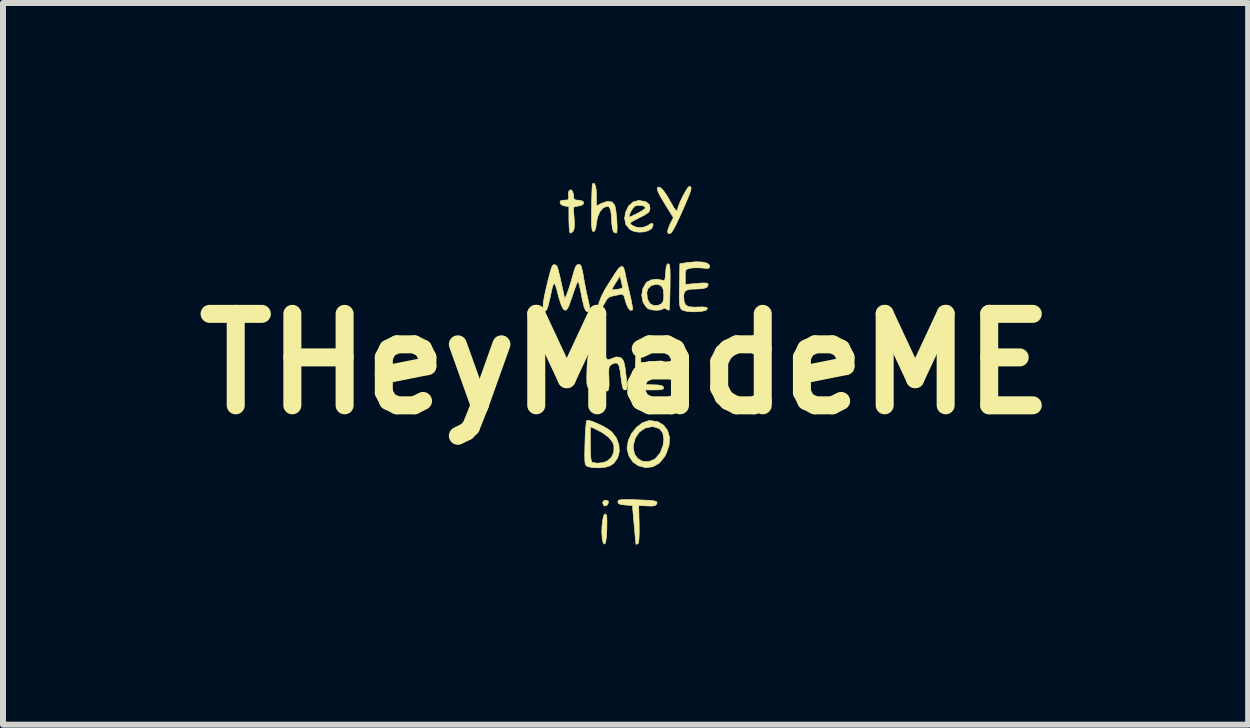
<source format=kicad_pcb>
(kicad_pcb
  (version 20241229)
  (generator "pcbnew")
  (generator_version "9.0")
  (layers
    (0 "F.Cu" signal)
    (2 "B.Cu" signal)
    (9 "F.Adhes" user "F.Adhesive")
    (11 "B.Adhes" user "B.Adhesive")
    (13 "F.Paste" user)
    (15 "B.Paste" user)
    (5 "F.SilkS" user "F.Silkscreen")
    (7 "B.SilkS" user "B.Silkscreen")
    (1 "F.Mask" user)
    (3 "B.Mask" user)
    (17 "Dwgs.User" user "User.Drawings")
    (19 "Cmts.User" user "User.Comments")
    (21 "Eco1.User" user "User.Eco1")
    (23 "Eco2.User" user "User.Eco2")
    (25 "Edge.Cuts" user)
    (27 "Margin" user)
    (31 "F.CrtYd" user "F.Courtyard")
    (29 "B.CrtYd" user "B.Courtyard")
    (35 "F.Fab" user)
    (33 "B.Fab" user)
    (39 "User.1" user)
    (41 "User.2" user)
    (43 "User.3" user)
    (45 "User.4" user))
  (footprint "THeyMadeME"
    (layer "F.Cu")
    (at 7.373 3.014)
    (property "Reference" "THeyMadeME" (at 0 0 0) (layer "F.SilkS") (effects (font (size 1.524 1.524) (thickness 0.3))))
    (attr through_hole)
    (fp_poly (pts (xy -0.289 2.284) (xy -0.285 2.312) (xy -0.309 2.355) (xy -0.347 2.366) (xy -0.365 2.355) (xy -0.383 2.311) (xy -0.36 2.277) (xy -0.33 2.27) (xy -0.289 2.284)) (stroke (width 0.01) (type solid)) (fill yes) (layer "F.SilkS"))
    (fp_poly (pts (xy -0.323 2.509) (xy -0.313 2.543) (xy -0.31 2.611) (xy -0.311 2.719) (xy -0.311 2.746) (xy -0.318 2.872) (xy -0.329 2.958) (xy -0.344 2.999) (xy -0.348 3.002) (xy -0.37 2.986) (xy -0.386 2.931) (xy -0.388 2.915) (xy -0.395 2.815) (xy -0.393 2.712) (xy -0.383 2.617) (xy -0.368 2.543) (xy -0.349 2.503) (xy -0.34 2.499) (xy -0.323 2.509)) (stroke (width 0.01) (type solid)) (fill yes) (layer "F.SilkS"))
    (fp_poly (pts (xy 0.118 2.262) (xy 0.172 2.263) (xy 0.316 2.269) (xy 0.416 2.274) (xy 0.479 2.282) (xy 0.513 2.292) (xy 0.525 2.308) (xy 0.521 2.329) (xy 0.519 2.334) (xy 0.498 2.357) (xy 0.45 2.368) (xy 0.364 2.367) (xy 0.361 2.366) (xy 0.219 2.359) (xy 0.227 2.668) (xy 0.228 2.822) (xy 0.223 2.928) (xy 0.213 2.985) (xy 0.206 2.995) (xy 0.178 3.006) (xy 0.175 3.004) (xy 0.171 2.977) (xy 0.164 2.91) (xy 0.155 2.811) (xy 0.144 2.691) (xy 0.143 2.678) (xy 0.115 2.359) (xy -0.006 2.351) (xy -0.083 2.342) (xy -0.119 2.325) (xy -0.128 2.299) (xy -0.123 2.279) (xy -0.105 2.267) (xy -0.064 2.261) (xy 0.007 2.259) (xy 0.118 2.262)) (stroke (width 0.01) (type solid)) (fill yes) (layer "F.SilkS"))
    (fp_poly (pts (xy -0.886 -2.882) (xy -0.869 -2.83) (xy -0.867 -2.804) (xy -0.86 -2.75) (xy -0.829 -2.731) (xy -0.792 -2.729) (xy -0.733 -2.72) (xy -0.7 -2.7) (xy -0.701 -2.666) (xy -0.742 -2.639) (xy -0.809 -2.627) (xy -0.813 -2.627) (xy -0.844 -2.625) (xy -0.861 -2.611) (xy -0.867 -2.575) (xy -0.863 -2.506) (xy -0.857 -2.441) (xy -0.851 -2.327) (xy -0.857 -2.252) (xy -0.874 -2.21) (xy -0.906 -2.182) (xy -0.925 -2.183) (xy -0.934 -2.216) (xy -0.94 -2.286) (xy -0.943 -2.38) (xy -0.944 -2.412) (xy -0.944 -2.623) (xy -1.013 -2.631) (xy -1.072 -2.653) (xy -1.092 -2.684) (xy -1.087 -2.716) (xy -1.047 -2.728) (xy -1.019 -2.729) (xy -0.964 -2.733) (xy -0.946 -2.755) (xy -0.95 -2.791) (xy -0.952 -2.851) (xy -0.943 -2.883) (xy -0.913 -2.903) (xy -0.886 -2.882)) (stroke (width 0.01) (type solid)) (fill yes) (layer "F.SilkS"))
    (fp_poly (pts (xy 1.085 -2.953) (xy 1.093 -2.931) (xy 1.085 -2.887) (xy 1.059 -2.814) (xy 1.014 -2.704) (xy 0.986 -2.639) (xy 0.91 -2.468) (xy 0.85 -2.339) (xy 0.804 -2.25) (xy 0.769 -2.195) (xy 0.741 -2.17) (xy 0.719 -2.172) (xy 0.702 -2.192) (xy 0.704 -2.227) (xy 0.725 -2.289) (xy 0.742 -2.328) (xy 0.797 -2.44) (xy 0.734 -2.54) (xy 0.649 -2.678) (xy 0.588 -2.779) (xy 0.55 -2.851) (xy 0.531 -2.898) (xy 0.528 -2.927) (xy 0.536 -2.943) (xy 0.57 -2.945) (xy 0.62 -2.903) (xy 0.681 -2.819) (xy 0.751 -2.698) (xy 0.759 -2.684) (xy 0.807 -2.6) (xy 0.843 -2.555) (xy 0.863 -2.554) (xy 0.867 -2.575) (xy 0.878 -2.621) (xy 0.906 -2.692) (xy 0.944 -2.774) (xy 0.987 -2.854) (xy 1.026 -2.919) (xy 1.055 -2.955) (xy 1.062 -2.958) (xy 1.085 -2.953)) (stroke (width 0.01) (type solid)) (fill yes) (layer "F.SilkS"))
    (fp_poly (pts (xy 0.54 0.964) (xy 0.636 1.022) (xy 0.701 1.11) (xy 0.732 1.222) (xy 0.726 1.35) (xy 0.68 1.488) (xy 0.651 1.544) (xy 0.564 1.651) (xy 0.456 1.713) (xy 0.335 1.728) (xy 0.211 1.696) (xy 0.123 1.633) (xy 0.058 1.537) (xy 0.027 1.426) (xy 0.026 1.399) (xy 0.026 1.396) (xy 0.128 1.396) (xy 0.149 1.501) (xy 0.205 1.579) (xy 0.285 1.623) (xy 0.378 1.63) (xy 0.475 1.593) (xy 0.497 1.577) (xy 0.578 1.482) (xy 0.626 1.357) (xy 0.638 1.25) (xy 0.619 1.147) (xy 0.565 1.079) (xy 0.476 1.048) (xy 0.437 1.046) (xy 0.325 1.069) (xy 0.231 1.134) (xy 0.164 1.231) (xy 0.13 1.352) (xy 0.128 1.396) (xy 0.026 1.396) (xy 0.046 1.276) (xy 0.1 1.159) (xy 0.181 1.058) (xy 0.277 0.984) (xy 0.382 0.946) (xy 0.415 0.944) (xy 0.54 0.964)) (stroke (width 0.01) (type solid)) (fill yes) (layer "F.SilkS"))
    (fp_poly (pts (xy -0.501 -2.969) (xy -0.488 -2.891) (xy -0.485 -2.806) (xy -0.485 -2.632) (xy -0.395 -2.678) (xy -0.302 -2.709) (xy -0.229 -2.699) (xy -0.183 -2.65) (xy -0.18 -2.642) (xy -0.166 -2.585) (xy -0.155 -2.501) (xy -0.146 -2.406) (xy -0.141 -2.312) (xy -0.141 -2.235) (xy -0.146 -2.189) (xy -0.151 -2.182) (xy -0.183 -2.186) (xy -0.2 -2.201) (xy -0.216 -2.243) (xy -0.227 -2.317) (xy -0.231 -2.372) (xy -0.238 -2.494) (xy -0.251 -2.572) (xy -0.271 -2.613) (xy -0.302 -2.627) (xy -0.304 -2.627) (xy -0.37 -2.603) (xy -0.427 -2.538) (xy -0.468 -2.442) (xy -0.484 -2.351) (xy -0.497 -2.26) (xy -0.516 -2.215) (xy -0.534 -2.206) (xy -0.548 -2.213) (xy -0.558 -2.241) (xy -0.564 -2.294) (xy -0.567 -2.381) (xy -0.567 -2.508) (xy -0.566 -2.599) (xy -0.564 -2.735) (xy -0.561 -2.852) (xy -0.557 -2.941) (xy -0.552 -2.993) (xy -0.55 -3.003) (xy -0.523 -3.009) (xy -0.501 -2.969)) (stroke (width 0.01) (type solid)) (fill yes) (layer "F.SilkS"))
    (fp_poly (pts (xy -0.549 0.96) (xy -0.467 0.994) (xy -0.379 1.036) (xy -0.299 1.082) (xy -0.239 1.125) (xy -0.233 1.13) (xy -0.154 1.231) (xy -0.111 1.346) (xy -0.104 1.462) (xy -0.133 1.569) (xy -0.198 1.657) (xy -0.254 1.695) (xy -0.337 1.721) (xy -0.445 1.731) (xy -0.553 1.727) (xy -0.629 1.709) (xy -0.651 1.698) (xy -0.666 1.68) (xy -0.675 1.647) (xy -0.679 1.591) (xy -0.68 1.504) (xy -0.677 1.376) (xy -0.676 1.337) (xy -0.587 1.337) (xy -0.585 1.477) (xy -0.578 1.571) (xy -0.567 1.624) (xy -0.555 1.641) (xy -0.467 1.655) (xy -0.366 1.642) (xy -0.306 1.619) (xy -0.234 1.556) (xy -0.195 1.466) (xy -0.193 1.367) (xy -0.215 1.305) (xy -0.279 1.224) (xy -0.386 1.145) (xy -0.516 1.077) (xy -0.587 1.047) (xy -0.587 1.337) (xy -0.676 1.337) (xy -0.676 1.325) (xy -0.672 1.193) (xy -0.665 1.08) (xy -0.657 0.995) (xy -0.648 0.947) (xy -0.645 0.941) (xy -0.612 0.94) (xy -0.549 0.96)) (stroke (width 0.01) (type solid)) (fill yes) (layer "F.SilkS"))
    (fp_poly (pts (xy 0.331 -2.704) (xy 0.343 -2.699) (xy 0.395 -2.657) (xy 0.408 -2.597) (xy 0.402 -2.556) (xy 0.379 -2.522) (xy 0.327 -2.487) (xy 0.249 -2.446) (xy 0.155 -2.398) (xy 0.1 -2.368) (xy 0.079 -2.347) (xy 0.083 -2.33) (xy 0.108 -2.31) (xy 0.113 -2.306) (xy 0.191 -2.275) (xy 0.284 -2.274) (xy 0.364 -2.302) (xy 0.371 -2.307) (xy 0.427 -2.341) (xy 0.454 -2.335) (xy 0.459 -2.309) (xy 0.436 -2.258) (xy 0.378 -2.22) (xy 0.297 -2.199) (xy 0.207 -2.196) (xy 0.122 -2.215) (xy 0.07 -2.244) (xy 0.005 -2.322) (xy -0.015 -2.423) (xy -0.01 -2.459) (xy 0.058 -2.459) (xy 0.066 -2.448) (xy 0.094 -2.459) (xy 0.152 -2.486) (xy 0.205 -2.512) (xy 0.274 -2.552) (xy 0.32 -2.585) (xy 0.332 -2.601) (xy 0.31 -2.628) (xy 0.258 -2.642) (xy 0.197 -2.642) (xy 0.158 -2.629) (xy 0.127 -2.6) (xy 0.094 -2.55) (xy 0.069 -2.498) (xy 0.058 -2.459) (xy -0.01 -2.459) (xy -0.000111 -2.524) (xy 0.05 -2.631) (xy 0.127 -2.699) (xy 0.223 -2.725) (xy 0.331 -2.704)) (stroke (width 0.01) (type solid)) (fill yes) (layer "F.SilkS"))
    (fp_poly (pts (xy -0.036 -1.612) (xy -0.014 -1.55) (xy -0.011 -1.536) (xy 0.001 -1.471) (xy 0.023 -1.372) (xy 0.05 -1.254) (xy 0.068 -1.177) (xy 0.093 -1.068) (xy 0.11 -0.978) (xy 0.119 -0.918) (xy 0.118 -0.9) (xy 0.083 -0.892) (xy 0.046 -0.928) (xy 0.013 -0.999) (xy 0.000266 -1.044) (xy -0.022 -1.123) (xy -0.045 -1.159) (xy -0.073 -1.163) (xy -0.126 -1.15) (xy -0.199 -1.135) (xy -0.206 -1.134) (xy -0.268 -1.116) (xy -0.311 -1.078) (xy -0.353 -1.005) (xy -0.353 -1.005) (xy -0.395 -0.932) (xy -0.43 -0.896) (xy -0.453 -0.901) (xy -0.459 -0.937) (xy -0.443 -1.019) (xy -0.402 -1.126) (xy -0.344 -1.238) (xy -0.23 -1.238) (xy -0.208 -1.235) (xy -0.159 -1.24) (xy -0.103 -1.249) (xy -0.061 -1.261) (xy -0.055 -1.265) (xy -0.054 -1.292) (xy -0.064 -1.35) (xy -0.069 -1.369) (xy -0.092 -1.466) (xy -0.161 -1.358) (xy -0.2 -1.294) (xy -0.225 -1.249) (xy -0.23 -1.238) (xy -0.344 -1.238) (xy -0.342 -1.242) (xy -0.322 -1.275) (xy -0.263 -1.368) (xy -0.198 -1.471) (xy -0.173 -1.511) (xy -0.114 -1.593) (xy -0.069 -1.626) (xy -0.036 -1.612)) (stroke (width 0.01) (type solid)) (fill yes) (layer "F.SilkS"))
    (fp_poly (pts (xy 0.586 -0.388) (xy 0.652 -0.365) (xy 0.676 -0.33) (xy 0.663 -0.308) (xy 0.617 -0.3) (xy 0.552 -0.302) (xy 0.457 -0.304) (xy 0.367 -0.298) (xy 0.342 -0.294) (xy 0.29 -0.282) (xy 0.265 -0.26) (xy 0.256 -0.214) (xy 0.255 -0.15) (xy 0.255 -0.021) (xy 0.449 -0.039) (xy 0.547 -0.048) (xy 0.604 -0.049) (xy 0.63 -0.041) (xy 0.635 -0.022) (xy 0.633 -0.01) (xy 0.612 0.025) (xy 0.557 0.041) (xy 0.523 0.045) (xy 0.431 0.053) (xy 0.343 0.064) (xy 0.337 0.065) (xy 0.288 0.076) (xy 0.264 0.095) (xy 0.257 0.138) (xy 0.26 0.212) (xy 0.268 0.344) (xy 0.446 0.347) (xy 0.544 0.351) (xy 0.601 0.361) (xy 0.628 0.378) (xy 0.633 0.392) (xy 0.631 0.413) (xy 0.607 0.425) (xy 0.553 0.432) (xy 0.458 0.433) (xy 0.436 0.434) (xy 0.333 0.432) (xy 0.268 0.426) (xy 0.228 0.413) (xy 0.202 0.388) (xy 0.189 0.37) (xy 0.172 0.337) (xy 0.162 0.294) (xy 0.157 0.232) (xy 0.158 0.14) (xy 0.164 0.01) (xy 0.166 -0.035) (xy 0.184 -0.377) (xy 0.354 -0.393) (xy 0.484 -0.398) (xy 0.586 -0.388)) (stroke (width 0.01) (type solid)) (fill yes) (layer "F.SilkS"))
    (fp_poly (pts (xy 1.282 -1.698) (xy 1.36 -1.679) (xy 1.399 -1.646) (xy 1.403 -1.631) (xy 1.397 -1.602) (xy 1.37 -1.591) (xy 1.309 -1.595) (xy 1.29 -1.598) (xy 1.195 -1.603) (xy 1.103 -1.599) (xy 1.086 -1.596) (xy 1.032 -1.583) (xy 1.005 -1.562) (xy 0.996 -1.517) (xy 0.995 -1.451) (xy 0.995 -1.324) (xy 1.186 -1.341) (xy 1.285 -1.349) (xy 1.343 -1.348) (xy 1.37 -1.339) (xy 1.377 -1.32) (xy 1.36 -1.28) (xy 1.304 -1.258) (xy 1.205 -1.249) (xy 1.19 -1.249) (xy 1.082 -1.245) (xy 1.015 -1.229) (xy 0.981 -1.197) (xy 0.969 -1.144) (xy 0.969 -1.13) (xy 0.976 -1.037) (xy 1.002 -0.981) (xy 1.056 -0.953) (xy 1.147 -0.946) (xy 1.194 -0.948) (xy 1.288 -0.95) (xy 1.34 -0.945) (xy 1.362 -0.931) (xy 1.364 -0.918) (xy 1.341 -0.895) (xy 1.282 -0.879) (xy 1.2 -0.87) (xy 1.109 -0.869) (xy 1.024 -0.876) (xy 0.958 -0.892) (xy 0.932 -0.907) (xy 0.916 -0.931) (xy 0.904 -0.968) (xy 0.898 -1.026) (xy 0.895 -1.115) (xy 0.896 -1.242) (xy 0.898 -1.31) (xy 0.905 -1.67) (xy 1.046 -1.691) (xy 1.175 -1.702) (xy 1.282 -1.698)) (stroke (width 0.01) (type solid)) (fill yes) (layer "F.SilkS"))
    (fp_poly (pts (xy 0.726 -1.662) (xy 0.735 -1.633) (xy 0.741 -1.575) (xy 0.743 -1.483) (xy 0.742 -1.349) (xy 0.742 -1.288) (xy 0.739 -1.154) (xy 0.736 -1.039) (xy 0.732 -0.953) (xy 0.728 -0.903) (xy 0.726 -0.896) (xy 0.701 -0.901) (xy 0.679 -0.916) (xy 0.64 -0.932) (xy 0.626 -0.919) (xy 0.589 -0.901) (xy 0.523 -0.894) (xy 0.448 -0.899) (xy 0.385 -0.916) (xy 0.374 -0.921) (xy 0.333 -0.963) (xy 0.294 -1.028) (xy 0.29 -1.036) (xy 0.27 -1.142) (xy 0.278 -1.19) (xy 0.354 -1.19) (xy 0.364 -1.083) (xy 0.404 -1.008) (xy 0.468 -0.972) (xy 0.551 -0.979) (xy 0.588 -0.995) (xy 0.62 -1.026) (xy 0.635 -1.082) (xy 0.638 -1.143) (xy 0.629 -1.242) (xy 0.598 -1.3) (xy 0.541 -1.324) (xy 0.507 -1.326) (xy 0.425 -1.305) (xy 0.37 -1.249) (xy 0.354 -1.19) (xy 0.278 -1.19) (xy 0.287 -1.251) (xy 0.338 -1.344) (xy 0.358 -1.365) (xy 0.428 -1.4) (xy 0.519 -1.412) (xy 0.606 -1.397) (xy 0.617 -1.393) (xy 0.642 -1.388) (xy 0.656 -1.408) (xy 0.664 -1.463) (xy 0.668 -1.522) (xy 0.677 -1.613) (xy 0.693 -1.66) (xy 0.712 -1.67) (xy 0.726 -1.662)) (stroke (width 0.01) (type solid)) (fill yes) (layer "F.SilkS"))
    (fp_poly (pts (xy -0.758 -1.654) (xy -0.742 -1.636) (xy -0.729 -1.596) (xy -0.713 -1.525) (xy -0.694 -1.414) (xy -0.688 -1.377) (xy -0.665 -1.259) (xy -0.638 -1.132) (xy -0.622 -1.061) (xy -0.601 -0.963) (xy -0.601 -0.904) (xy -0.61 -0.884) (xy -0.64 -0.869) (xy -0.666 -0.891) (xy -0.692 -0.954) (xy -0.718 -1.061) (xy -0.734 -1.144) (xy -0.754 -1.245) (xy -0.773 -1.324) (xy -0.787 -1.37) (xy -0.791 -1.377) (xy -0.805 -1.355) (xy -0.83 -1.295) (xy -0.861 -1.208) (xy -0.875 -1.167) (xy -0.909 -1.067) (xy -0.939 -0.983) (xy -0.962 -0.93) (xy -0.967 -0.921) (xy -1.001 -0.892) (xy -1.036 -0.912) (xy -1.072 -0.982) (xy -1.11 -1.101) (xy -1.123 -1.15) (xy -1.15 -1.258) (xy -1.172 -1.321) (xy -1.19 -1.34) (xy -1.208 -1.312) (xy -1.229 -1.237) (xy -1.255 -1.114) (xy -1.259 -1.095) (xy -1.288 -0.974) (xy -1.314 -0.902) (xy -1.34 -0.875) (xy -1.36 -0.884) (xy -1.375 -0.927) (xy -1.372 -1.01) (xy -1.351 -1.135) (xy -1.325 -1.251) (xy -1.289 -1.403) (xy -1.261 -1.511) (xy -1.24 -1.584) (xy -1.223 -1.627) (xy -1.208 -1.648) (xy -1.192 -1.654) (xy -1.18 -1.653) (xy -1.161 -1.647) (xy -1.146 -1.632) (xy -1.132 -1.601) (xy -1.116 -1.545) (xy -1.094 -1.457) (xy -1.066 -1.328) (xy -1.057 -1.288) (xy -1.012 -1.084) (xy -0.974 -1.173) (xy -0.948 -1.245) (xy -0.916 -1.344) (xy -0.89 -1.435) (xy -0.86 -1.541) (xy -0.838 -1.607) (xy -0.818 -1.642) (xy -0.796 -1.656) (xy -0.777 -1.658) (xy -0.758 -1.654)) (stroke (width 0.01) (type solid)) (fill yes) (layer "F.SilkS"))
    (fp_poly (pts (xy -0.579 -0.116) (xy -0.565 -0.065) (xy -0.557 0.006) (xy -0.485 -0.063) (xy -0.421 -0.111) (xy -0.367 -0.117) (xy -0.359 -0.116) (xy -0.317 -0.092) (xy -0.306 -0.074) (xy -0.287 -0.068) (xy -0.239 -0.085) (xy -0.226 -0.091) (xy -0.154 -0.117) (xy -0.095 -0.109) (xy -0.089 -0.107) (xy -0.059 -0.087) (xy -0.036 -0.053) (xy -0.018 0.003) (xy -0.003 0.091) (xy 0.011 0.218) (xy 0.016 0.261) (xy 0.023 0.354) (xy 0.022 0.406) (xy 0.01 0.429) (xy -0.007 0.434) (xy -0.025 0.43) (xy -0.039 0.415) (xy -0.051 0.38) (xy -0.063 0.316) (xy -0.077 0.215) (xy -0.089 0.122) (xy -0.107 0.032) (xy -0.135 -0.012) (xy -0.178 -0.016) (xy -0.221 0.002) (xy -0.253 0.022) (xy -0.271 0.048) (xy -0.279 0.093) (xy -0.279 0.168) (xy -0.276 0.239) (xy -0.274 0.352) (xy -0.281 0.42) (xy -0.296 0.45) (xy -0.3 0.452) (xy -0.334 0.443) (xy -0.342 0.429) (xy -0.349 0.389) (xy -0.357 0.312) (xy -0.365 0.215) (xy -0.366 0.195) (xy -0.374 0.099) (xy -0.384 0.023) (xy -0.394 -0.018) (xy -0.396 -0.022) (xy -0.421 -0.015) (xy -0.465 0.022) (xy -0.487 0.045) (xy -0.532 0.105) (xy -0.554 0.166) (xy -0.561 0.25) (xy -0.561 0.268) (xy -0.565 0.355) (xy -0.579 0.399) (xy -0.596 0.408) (xy -0.62 0.401) (xy -0.635 0.375) (xy -0.644 0.322) (xy -0.646 0.234) (xy -0.643 0.105) (xy -0.642 0.081) (xy -0.636 -0.04) (xy -0.626 -0.114) (xy -0.612 -0.145) (xy -0.604 -0.146) (xy -0.579 -0.116)) (stroke (width 0.01) (type solid)) (fill yes) (layer "F.SilkS")))
  (gr_rect
    (start -3 -3)
    (end 17.747 9.025)
    (stroke (width 0.1) (type default))
    (fill no)
    (layer "Edge.Cuts")))
</source>
